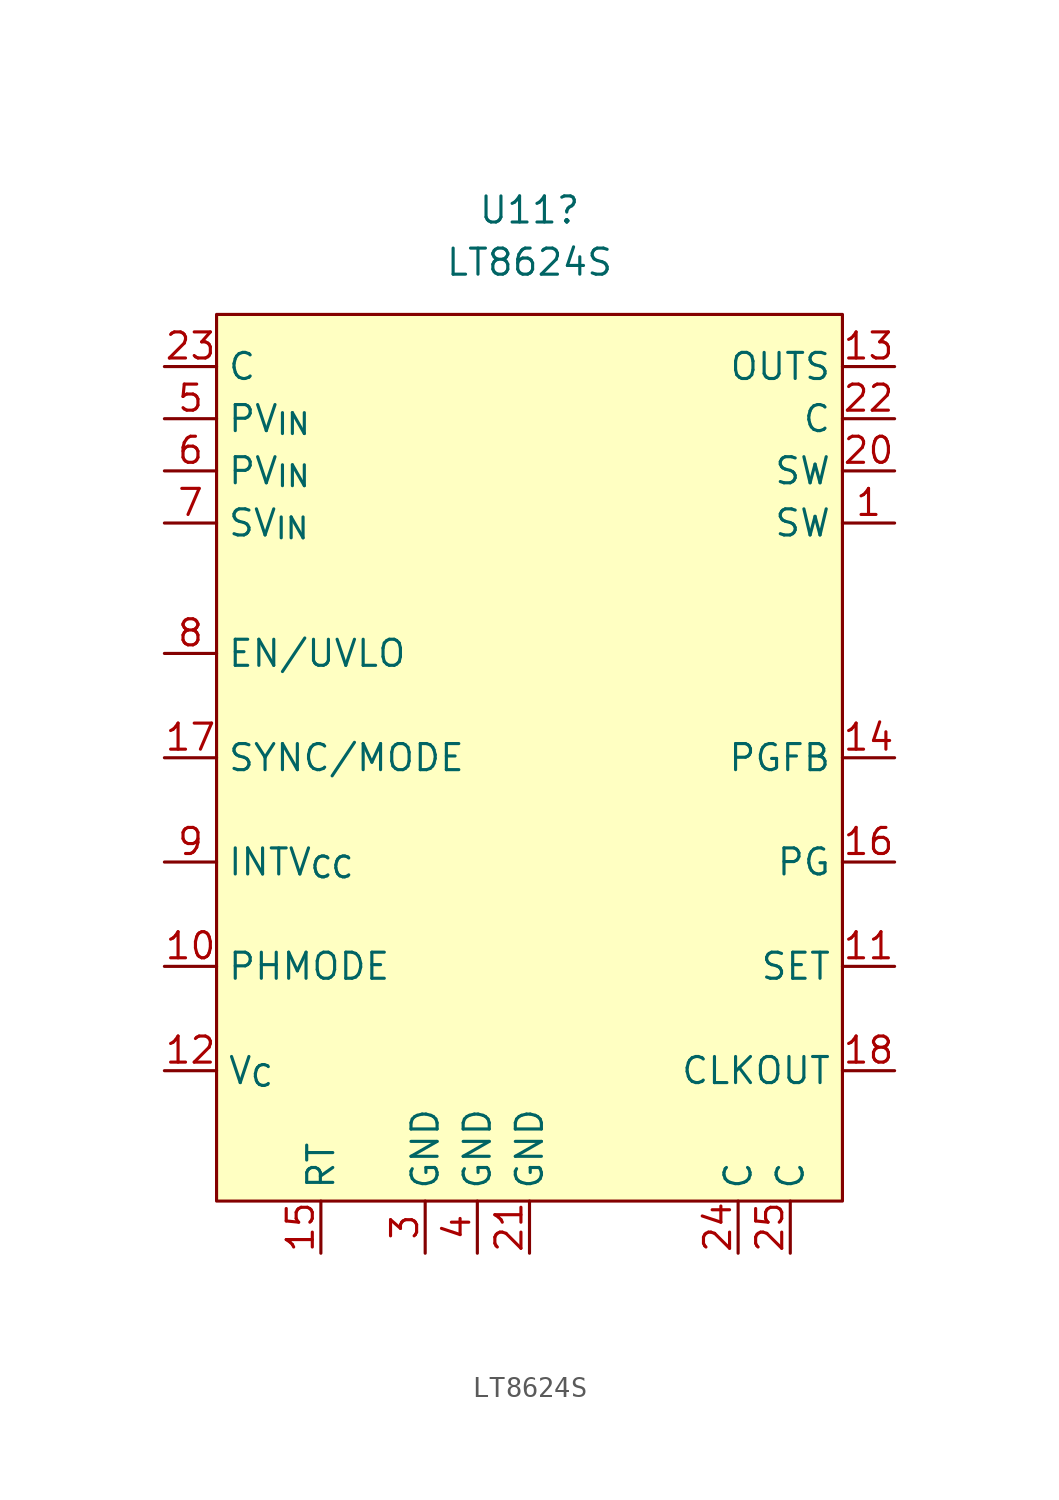
<source format=kicad_sym>
(kicad_symbol_lib
  (version 20241209)
  (generator "kicad_symbol_editor")
  (generator_version "9.0")
  (symbol "LT8624S"
    (property "Reference" "U11"
      (at 0 26.67 0)
      (effects (font (size 1.27 1.27))))
    (property "Value" "LT8624S"
      (at 0 24.13 0)
      (effects (font (size 1.27 1.27))))
    (symbol "LT8624S_1_1"
      (rectangle (start -15.24 21.59) (end 15.24 -21.59) (stroke (width 0) (type default)) (fill (type background)))
      (pin free line (at -17.78 19.05 0) (length 2.54) (name "C" (effects (font (size 1.27 1.27)))) (number "23" (effects (font (size 1.27 1.27)))))
      (pin power_in line (at -17.78 16.51 0) (length 2.54) (name "PV_{IN}" (effects (font (size 1.27 1.27)))) (number "5" (effects (font (size 1.27 1.27)))))
      (pin power_in line (at -17.78 13.97 0) (length 2.54) (name "PV_{IN}" (effects (font (size 1.27 1.27)))) (number "6" (effects (font (size 1.27 1.27)))))
      (pin power_in line (at -17.78 11.43 0) (length 2.54) (name "SV_{IN}" (effects (font (size 1.27 1.27)))) (number "7" (effects (font (size 1.27 1.27)))))
      (pin input line (at -17.78 5.08 0) (length 2.54) (name "EN/UVLO" (effects (font (size 1.27 1.27)))) (number "8" (effects (font (size 1.27 1.27)))))
      (pin input line (at -17.78 0 0) (length 2.54) (name "SYNC/MODE" (effects (font (size 1.27 1.27)))) (number "17" (effects (font (size 1.27 1.27)))))
      (pin passive line (at -17.78 -5.08 0) (length 2.54) (name "INTV_{CC}" (effects (font (size 1.27 1.27)))) (number "9" (effects (font (size 1.27 1.27)))))
      (pin input line (at -17.78 -10.16 0) (length 2.54) (name "PHMODE" (effects (font (size 1.27 1.27)))) (number "10" (effects (font (size 1.27 1.27)))))
      (pin output line (at -17.78 -15.24 0) (length 2.54) (name "V_{C}" (effects (font (size 1.27 1.27)))) (number "12" (effects (font (size 1.27 1.27)))))
      (pin output line (at -10.16 -24.13 90) (length 2.54) (name "RT" (effects (font (size 1.27 1.27)))) (number "15" (effects (font (size 1.27 1.27)))))
      (pin power_in line (at -5.08 -24.13 90) (length 2.54) (name "GND" (effects (font (size 1.27 1.27)))) (number "3" (effects (font (size 1.27 1.27)))))
      (pin power_in line (at -2.54 -24.13 90) (length 2.54) (name "GND" (effects (font (size 1.27 1.27)))) (number "4" (effects (font (size 1.27 1.27)))))
      (pin power_in line (at 0 -24.13 90) (length 2.54) (name "GND" (effects (font (size 1.27 1.27)))) (number "21" (effects (font (size 1.27 1.27)))))
      (pin no_connect line (at 5.08 -24.13 90) (length 2.54) (hide yes) (name "NC" (effects (font (size 1.27 1.27)))) (number "2" (effects (font (size 1.27 1.27)))))
      (pin free line (at 10.16 -24.13 90) (length 2.54) (name "C" (effects (font (size 1.27 1.27)))) (number "24" (effects (font (size 1.27 1.27)))))
      (pin free line (at 12.7 -24.13 90) (length 2.54) (name "C" (effects (font (size 1.27 1.27)))) (number "25" (effects (font (size 1.27 1.27)))))
      (pin input line (at 17.78 19.05 180) (length 2.54) (name "OUTS" (effects (font (size 1.27 1.27)))) (number "13" (effects (font (size 1.27 1.27)))))
      (pin free line (at 17.78 16.51 180) (length 2.54) (name "C" (effects (font (size 1.27 1.27)))) (number "22" (effects (font (size 1.27 1.27)))))
      (pin power_out line (at 17.78 13.97 180) (length 2.54) (name "SW" (effects (font (size 1.27 1.27)))) (number "20" (effects (font (size 1.27 1.27)))))
      (pin power_out line (at 17.78 11.43 180) (length 2.54) (name "SW" (effects (font (size 1.27 1.27)))) (number "1" (effects (font (size 1.27 1.27)))))
      (pin no_connect line (at 17.78 5.08 180) (length 2.54) (hide yes) (name "BST" (effects (font (size 1.27 1.27)))) (number "19" (effects (font (size 1.27 1.27)))))
      (pin input line (at 17.78 0 180) (length 2.54) (name "PGFB" (effects (font (size 1.27 1.27)))) (number "14" (effects (font (size 1.27 1.27)))))
      (pin output line (at 17.78 -5.08 180) (length 2.54) (name "PG" (effects (font (size 1.27 1.27)))) (number "16" (effects (font (size 1.27 1.27)))))
      (pin input line (at 17.78 -10.16 180) (length 2.54) (name "SET" (effects (font (size 1.27 1.27)))) (number "11" (effects (font (size 1.27 1.27)))))
      (pin input line (at 17.78 -15.24 180) (length 2.54) (name "CLKOUT" (effects (font (size 1.27 1.27)))) (number "18" (effects (font (size 1.27 1.27))))))))
</source>
